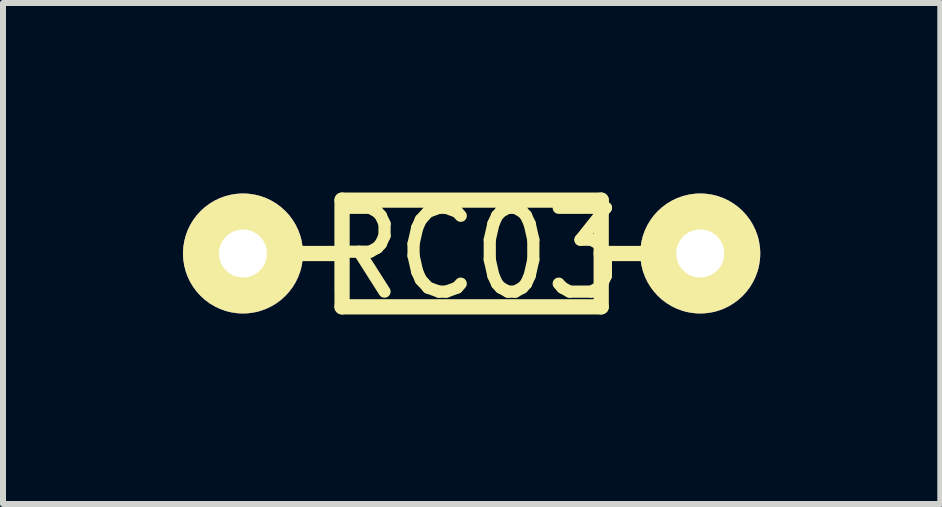
<source format=kicad_pcb>
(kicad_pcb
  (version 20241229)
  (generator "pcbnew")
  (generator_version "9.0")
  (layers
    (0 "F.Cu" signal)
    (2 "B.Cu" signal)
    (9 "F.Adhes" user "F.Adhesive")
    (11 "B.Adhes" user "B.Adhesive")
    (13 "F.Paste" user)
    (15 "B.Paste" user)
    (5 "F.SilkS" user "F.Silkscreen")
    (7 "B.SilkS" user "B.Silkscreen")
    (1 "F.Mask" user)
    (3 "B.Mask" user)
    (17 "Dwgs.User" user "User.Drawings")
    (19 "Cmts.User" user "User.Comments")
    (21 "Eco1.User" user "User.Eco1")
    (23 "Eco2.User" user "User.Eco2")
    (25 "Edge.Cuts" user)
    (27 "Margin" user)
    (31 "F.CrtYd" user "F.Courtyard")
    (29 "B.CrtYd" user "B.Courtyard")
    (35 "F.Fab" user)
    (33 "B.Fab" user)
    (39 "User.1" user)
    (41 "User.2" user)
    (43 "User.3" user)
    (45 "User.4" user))
  (footprint "RC03"
    (layer "F.Cu")
    (at 4.809 1.174)
    (property "Reference" "RC03" (at 0 0 0) (layer "F.SilkS") (effects (font (size 1.397 1.27) (thickness 0.203))))
    (attr through_hole)
    (fp_line (start -2.159 -0.889) (end -2.159 0.889) (stroke (width 0.254) (type solid)) (layer "F.SilkS"))
    (fp_line (start -2.159 0) (end -3.81 0) (stroke (width 0.254) (type solid)) (layer "F.SilkS"))
    (fp_line (start -2.159 0.889) (end 2.159 0.889) (stroke (width 0.254) (type solid)) (layer "F.SilkS"))
    (fp_line (start 2.159 -0.889) (end -2.159 -0.889) (stroke (width 0.254) (type solid)) (layer "F.SilkS"))
    (fp_line (start 2.159 0) (end 3.81 0) (stroke (width 0.254) (type solid)) (layer "F.SilkS"))
    (fp_line (start 2.159 0.889) (end 2.159 -0.889) (stroke (width 0.254) (type solid)) (layer "F.SilkS"))
    (pad "1" thru_hole circle (at -3.81 0) (size 1.999 1.999) (drill 0.8) (layers "*.Mask" "B.Cu" "F.SilkS"))
    (pad "2" thru_hole circle (at 3.81 0) (size 1.999 1.999) (drill 0.8) (layers "*.Mask" "B.Cu" "F.SilkS")))
  (gr_rect
    (start -3 -3)
    (end 12.619 5.348)
    (stroke (width 0.1) (type default))
    (fill no)
    (layer "Edge.Cuts")))
</source>
